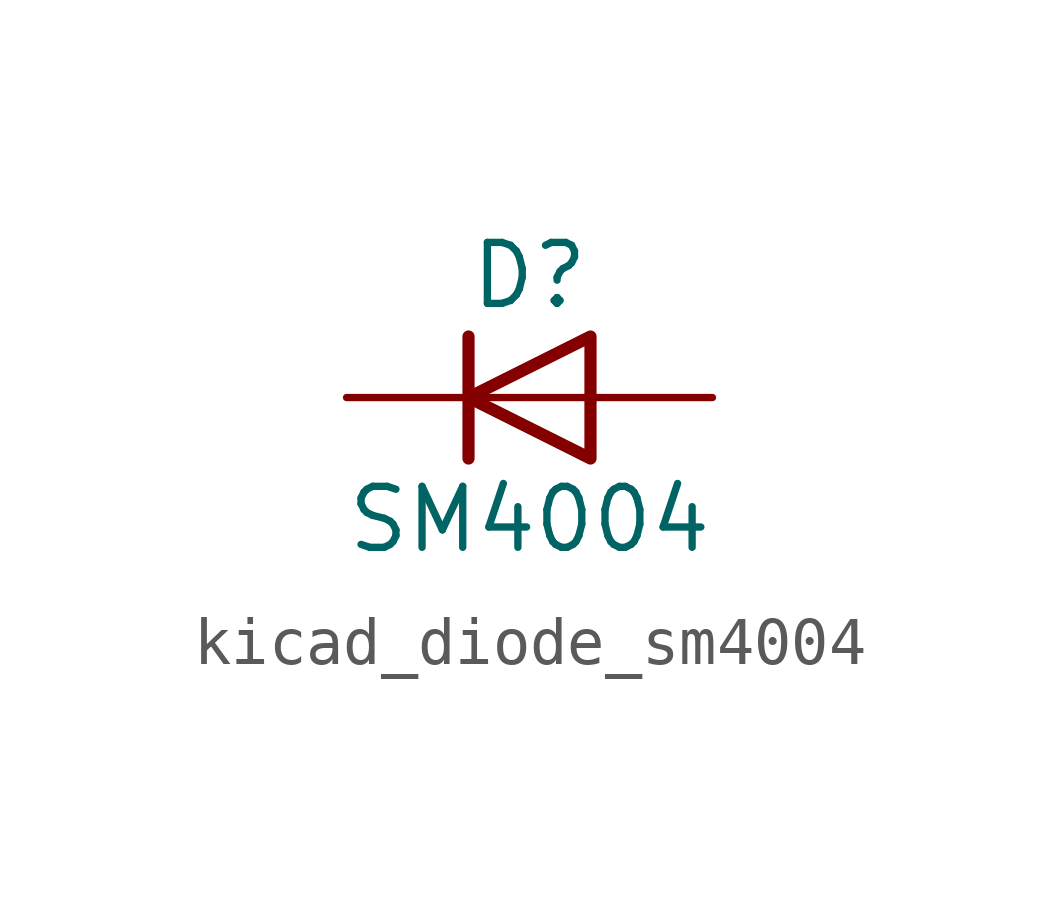
<source format=kicad_sym>
(kicad_symbol_lib
  (version 20220914)
  (generator kicad_symbol_editor)
  (symbol "kicad_diode_sm4004"
    (pin_numbers hide)
    (pin_names hide)
    (property "Reference" "D"
      (at 0 2.54 0)
      (effects (font (size 1.27 1.27))))
    (property "Value" "SM4004"
      (at 0 -2.54 0)
      (effects (font (size 1.27 1.27))))
    (symbol "kicad_diode_sm4004_0_1"
      (polyline (pts (xy -1.27 1.27) (xy -1.27 -1.27)) (stroke (width 0.254) (type default)) (fill (type none)))
      (polyline (pts (xy 1.27 0) (xy -1.27 0)) (stroke (width 0) (type default)) (fill (type none)))
      (polyline (pts (xy 1.27 1.27) (xy 1.27 -1.27) (xy -1.27 0) (xy 1.27 1.27)) (stroke (width 0.254) (type default)) (fill (type none))))
    (symbol "kicad_diode_sm4004_1_1"
      (pin passive line (at -3.81 0 0) (length 2.54) (name "K" (effects (font (size 1.27 1.27)))) (number "1" (effects (font (size 1.27 1.27)))))
      (pin passive line (at 3.81 0 180) (length 2.54) (name "A" (effects (font (size 1.27 1.27)))) (number "2" (effects (font (size 1.27 1.27))))))))
</source>
